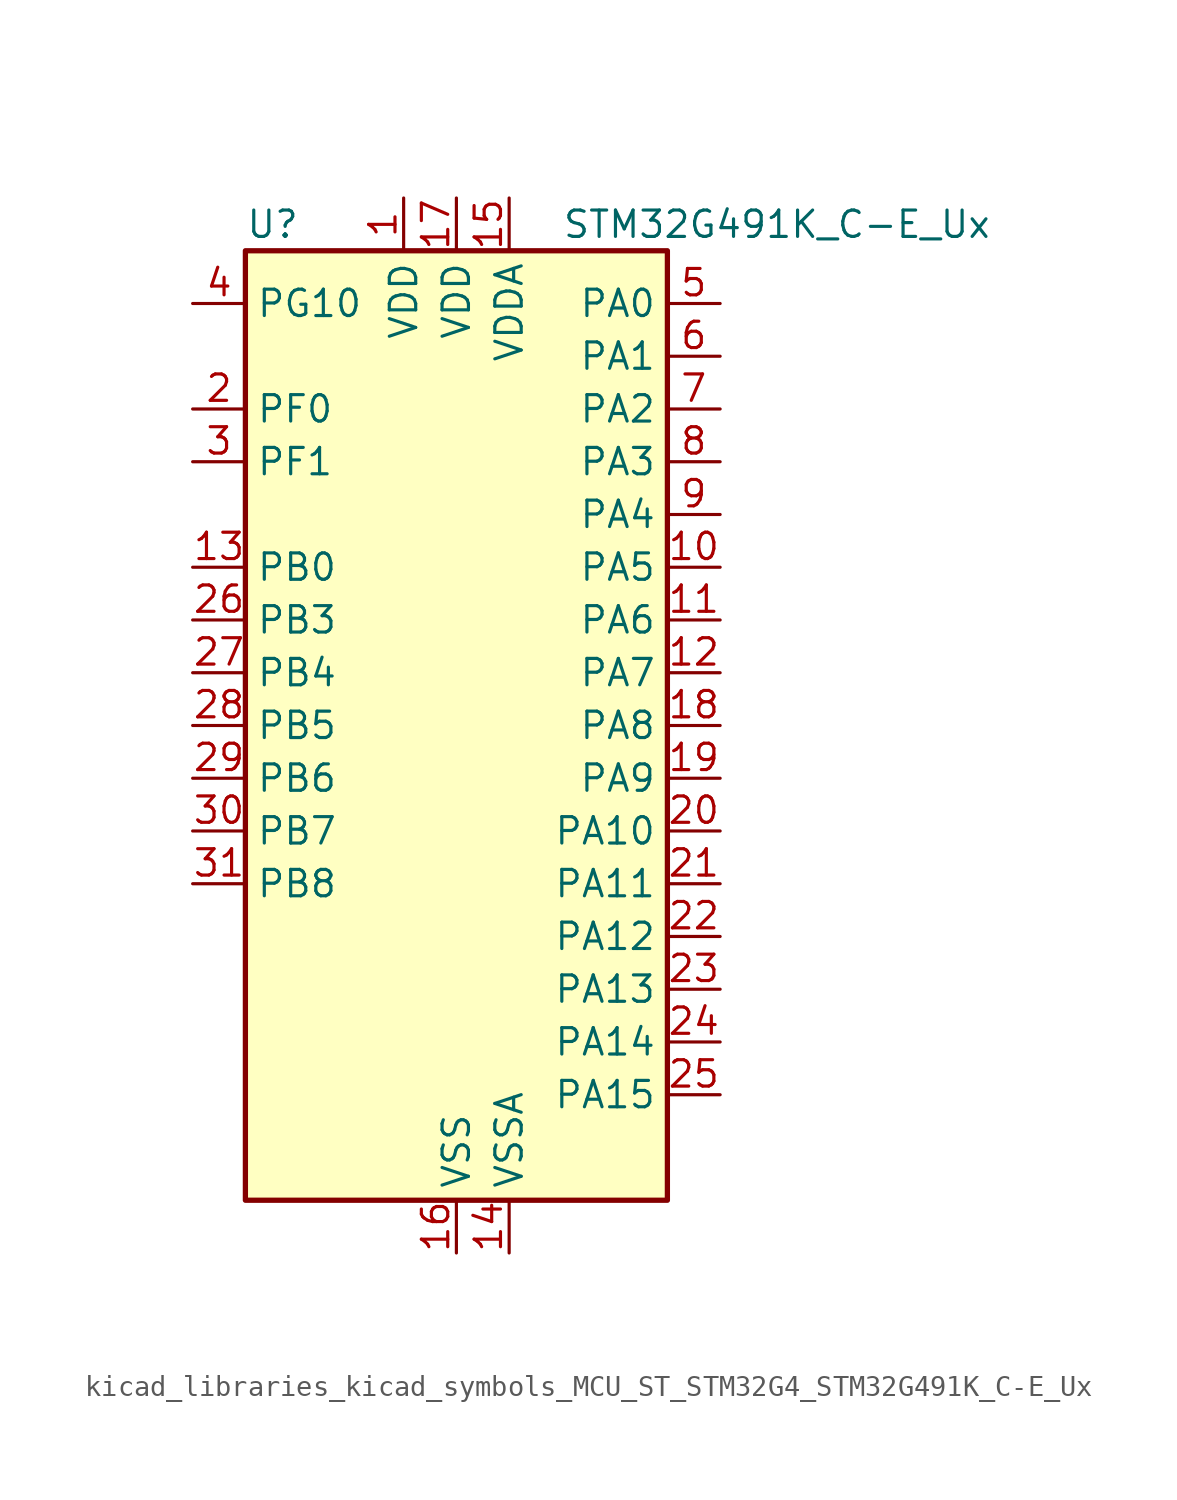
<source format=kicad_sym>
(kicad_symbol_lib
  (version 20220914)
  (generator kicad_symbol_editor)
  (symbol "kicad_libraries_kicad_symbols_MCU_ST_STM32G4_STM32G491K_C-E_Ux"
    (property "Reference" "U"
      (at -10.16 24.13 0)
      (effects (font (size 1.27 1.27)) (justify left)))
    (property "Value" "STM32G491K_C-E_Ux"
      (at 5.08 24.13 0)
      (effects (font (size 1.27 1.27)) (justify left)))
    (property "ki_locked" ""
      (at 0 0 0)
      (effects (font (size 1.27 1.27))))
    (symbol "kicad_libraries_kicad_symbols_MCU_ST_STM32G4_STM32G491K_C-E_Ux_0_1"
      (rectangle (start -10.16 -22.86) (end 10.16 22.86) (stroke (width 0.254) (type default)) (fill (type background))))
    (symbol "kicad_libraries_kicad_symbols_MCU_ST_STM32G4_STM32G491K_C-E_Ux_1_1"
      (pin power_in line (at -2.54 25.4 270) (length 2.54) (name "VDD" (effects (font (size 1.27 1.27)))) (number "1" (effects (font (size 1.27 1.27)))))
      (pin bidirectional line (at 12.7 7.62 180) (length 2.54) (name "PA5" (effects (font (size 1.27 1.27)))) (number "10" (effects (font (size 1.27 1.27)))) (alternate "ADC2_IN13" bidirectional line) (alternate "COMP2_INM" bidirectional line) (alternate "DAC1_OUT2" bidirectional line) (alternate "OPAMP2_VINM" bidirectional line) (alternate "OPAMP2_VINM0" bidirectional line) (alternate "OPAMP2_VINM_SEC" bidirectional line) (alternate "SPI1_SCK" bidirectional line) (alternate "TIM2_CH1" bidirectional line) (alternate "TIM2_ETR" bidirectional line) (alternate "UCPD1_FRSTX1" bidirectional line) (alternate "UCPD1_FRSTX2" bidirectional line))
      (pin bidirectional line (at 12.7 5.08 180) (length 2.54) (name "PA6" (effects (font (size 1.27 1.27)))) (number "11" (effects (font (size 1.27 1.27)))) (alternate "ADC2_IN3" bidirectional line) (alternate "COMP1_OUT" bidirectional line) (alternate "LPUART1_CTS" bidirectional line) (alternate "OPAMP2_VOUT" bidirectional line) (alternate "QUADSPI1_BK1_IO3" bidirectional line) (alternate "SPI1_MISO" bidirectional line) (alternate "TIM16_CH1" bidirectional line) (alternate "TIM1_BKIN" bidirectional line) (alternate "TIM3_CH1" bidirectional line) (alternate "TIM8_BKIN" bidirectional line))
      (pin bidirectional line (at 12.7 2.54 180) (length 2.54) (name "PA7" (effects (font (size 1.27 1.27)))) (number "12" (effects (font (size 1.27 1.27)))) (alternate "ADC2_IN4" bidirectional line) (alternate "COMP2_INP" bidirectional line) (alternate "COMP2_OUT" bidirectional line) (alternate "OPAMP1_VINP" bidirectional line) (alternate "OPAMP1_VINP_SEC" bidirectional line) (alternate "OPAMP2_VINP" bidirectional line) (alternate "OPAMP2_VINP_SEC" bidirectional line) (alternate "QUADSPI1_BK1_IO2" bidirectional line) (alternate "SPI1_MOSI" bidirectional line) (alternate "TIM17_CH1" bidirectional line) (alternate "TIM1_CH1N" bidirectional line) (alternate "TIM3_CH2" bidirectional line) (alternate "TIM8_CH1N" bidirectional line) (alternate "UCPD1_FRSTX1" bidirectional line) (alternate "UCPD1_FRSTX2" bidirectional line))
      (pin bidirectional line (at -12.7 7.62 0) (length 2.54) (name "PB0" (effects (font (size 1.27 1.27)))) (number "13" (effects (font (size 1.27 1.27)))) (alternate "ADC1_IN15" bidirectional line) (alternate "ADC3_IN12" bidirectional line) (alternate "COMP4_INP" bidirectional line) (alternate "OPAMP2_VINP" bidirectional line) (alternate "OPAMP2_VINP_SEC" bidirectional line) (alternate "OPAMP3_VINP" bidirectional line) (alternate "OPAMP3_VINP_SEC" bidirectional line) (alternate "QUADSPI1_BK1_IO1" bidirectional line) (alternate "TIM1_CH2N" bidirectional line) (alternate "TIM3_CH3" bidirectional line) (alternate "TIM8_CH2N" bidirectional line) (alternate "UCPD1_FRSTX1" bidirectional line) (alternate "UCPD1_FRSTX2" bidirectional line))
      (pin power_in line (at 2.54 -25.4 90) (length 2.54) (name "VSSA" (effects (font (size 1.27 1.27)))) (number "14" (effects (font (size 1.27 1.27)))))
      (pin power_in line (at 2.54 25.4 270) (length 2.54) (name "VDDA" (effects (font (size 1.27 1.27)))) (number "15" (effects (font (size 1.27 1.27)))))
      (pin power_in line (at 0 -25.4 90) (length 2.54) (name "VSS" (effects (font (size 1.27 1.27)))) (number "16" (effects (font (size 1.27 1.27)))))
      (pin power_in line (at 0 25.4 270) (length 2.54) (name "VDD" (effects (font (size 1.27 1.27)))) (number "17" (effects (font (size 1.27 1.27)))))
      (pin bidirectional line (at 12.7 0 180) (length 2.54) (name "PA8" (effects (font (size 1.27 1.27)))) (number "18" (effects (font (size 1.27 1.27)))) (alternate "I2C2_SDA" bidirectional line) (alternate "I2C3_SCL" bidirectional line) (alternate "I2S2_MCK" bidirectional line) (alternate "RCC_MCO" bidirectional line) (alternate "SAI1_CK2" bidirectional line) (alternate "SAI1_SCK_A" bidirectional line) (alternate "TIM1_CH1" bidirectional line) (alternate "TIM4_ETR" bidirectional line) (alternate "USART1_CK" bidirectional line))
      (pin bidirectional line (at 12.7 -2.54 180) (length 2.54) (name "PA9" (effects (font (size 1.27 1.27)))) (number "19" (effects (font (size 1.27 1.27)))) (alternate "DAC1_EXTI9" bidirectional line) (alternate "DAC3_EXTI9" bidirectional line) (alternate "I2C2_SCL" bidirectional line) (alternate "I2C3_SMBA" bidirectional line) (alternate "I2S3_MCK" bidirectional line) (alternate "SAI1_FS_A" bidirectional line) (alternate "TIM15_BKIN" bidirectional line) (alternate "TIM1_CH2" bidirectional line) (alternate "TIM2_CH3" bidirectional line) (alternate "UCPD1_DBCC1" bidirectional line) (alternate "USART1_TX" bidirectional line))
      (pin bidirectional line (at -12.7 15.24 0) (length 2.54) (name "PF0" (effects (font (size 1.27 1.27)))) (number "2" (effects (font (size 1.27 1.27)))) (alternate "ADC1_IN10" bidirectional line) (alternate "I2C2_SDA" bidirectional line) (alternate "I2S2_WS" bidirectional line) (alternate "RCC_OSC_IN" bidirectional line) (alternate "SPI2_NSS" bidirectional line) (alternate "TIM1_CH3N" bidirectional line))
      (pin bidirectional line (at 12.7 -5.08 180) (length 2.54) (name "PA10" (effects (font (size 1.27 1.27)))) (number "20" (effects (font (size 1.27 1.27)))) (alternate "CRS_SYNC" bidirectional line) (alternate "DAC1_EXTI10" bidirectional line) (alternate "DAC3_EXTI10" bidirectional line) (alternate "I2C2_SMBA" bidirectional line) (alternate "SAI1_D1" bidirectional line) (alternate "SAI1_SD_A" bidirectional line) (alternate "SPI2_MISO" bidirectional line) (alternate "TIM17_BKIN" bidirectional line) (alternate "TIM1_CH3" bidirectional line) (alternate "TIM2_CH4" bidirectional line) (alternate "TIM8_BKIN" bidirectional line) (alternate "UCPD1_DBCC2" bidirectional line) (alternate "USART1_RX" bidirectional line))
      (pin bidirectional line (at 12.7 -7.62 180) (length 2.54) (name "PA11" (effects (font (size 1.27 1.27)))) (number "21" (effects (font (size 1.27 1.27)))) (alternate "ADC1_EXTI11" bidirectional line) (alternate "ADC2_EXTI11" bidirectional line) (alternate "COMP1_OUT" bidirectional line) (alternate "FDCAN1_RX" bidirectional line) (alternate "I2S2_SD" bidirectional line) (alternate "SPI2_MOSI" bidirectional line) (alternate "TIM1_BKIN2" bidirectional line) (alternate "TIM1_CH1N" bidirectional line) (alternate "TIM1_CH4" bidirectional line) (alternate "TIM4_CH1" bidirectional line) (alternate "USART1_CTS" bidirectional line) (alternate "USART1_NSS" bidirectional line) (alternate "USB_DM" bidirectional line))
      (pin bidirectional line (at 12.7 -10.16 180) (length 2.54) (name "PA12" (effects (font (size 1.27 1.27)))) (number "22" (effects (font (size 1.27 1.27)))) (alternate "COMP2_OUT" bidirectional line) (alternate "FDCAN1_TX" bidirectional line) (alternate "I2S_CKIN" bidirectional line) (alternate "TIM16_CH1" bidirectional line) (alternate "TIM1_CH2N" bidirectional line) (alternate "TIM1_ETR" bidirectional line) (alternate "TIM4_CH2" bidirectional line) (alternate "USART1_DE" bidirectional line) (alternate "USART1_RTS" bidirectional line) (alternate "USB_DP" bidirectional line))
      (pin bidirectional line (at 12.7 -12.7 180) (length 2.54) (name "PA13" (effects (font (size 1.27 1.27)))) (number "23" (effects (font (size 1.27 1.27)))) (alternate "I2C1_SCL" bidirectional line) (alternate "IR_OUT" bidirectional line) (alternate "SAI1_SD_B" bidirectional line) (alternate "SYS_JTMS-SWDIO" bidirectional line) (alternate "TIM16_CH1N" bidirectional line) (alternate "TIM4_CH3" bidirectional line))
      (pin bidirectional line (at 12.7 -15.24 180) (length 2.54) (name "PA14" (effects (font (size 1.27 1.27)))) (number "24" (effects (font (size 1.27 1.27)))) (alternate "I2C1_SDA" bidirectional line) (alternate "LPTIM1_OUT" bidirectional line) (alternate "SAI1_FS_B" bidirectional line) (alternate "SYS_JTCK-SWCLK" bidirectional line) (alternate "TIM1_BKIN" bidirectional line) (alternate "TIM8_CH2" bidirectional line) (alternate "USART2_TX" bidirectional line))
      (pin bidirectional line (at 12.7 -17.78 180) (length 2.54) (name "PA15" (effects (font (size 1.27 1.27)))) (number "25" (effects (font (size 1.27 1.27)))) (alternate "ADC1_EXTI15" bidirectional line) (alternate "ADC2_EXTI15" bidirectional line) (alternate "I2C1_SCL" bidirectional line) (alternate "I2S3_WS" bidirectional line) (alternate "SPI1_NSS" bidirectional line) (alternate "SPI3_NSS" bidirectional line) (alternate "SYS_JTDI" bidirectional line) (alternate "TIM1_BKIN" bidirectional line) (alternate "TIM20_ETR" bidirectional line) (alternate "TIM2_CH1" bidirectional line) (alternate "TIM2_ETR" bidirectional line) (alternate "TIM8_CH1" bidirectional line) (alternate "USART2_RX" bidirectional line))
      (pin bidirectional line (at -12.7 5.08 0) (length 2.54) (name "PB3" (effects (font (size 1.27 1.27)))) (number "26" (effects (font (size 1.27 1.27)))) (alternate "ADC3_EXTI3" bidirectional line) (alternate "CRS_SYNC" bidirectional line) (alternate "I2S3_CK" bidirectional line) (alternate "SAI1_SCK_B" bidirectional line) (alternate "SPI1_SCK" bidirectional line) (alternate "SPI3_SCK" bidirectional line) (alternate "SYS_JTDO-SWO" bidirectional line) (alternate "TIM2_CH2" bidirectional line) (alternate "TIM3_ETR" bidirectional line) (alternate "TIM4_ETR" bidirectional line) (alternate "TIM8_CH1N" bidirectional line) (alternate "USART2_TX" bidirectional line))
      (pin bidirectional line (at -12.7 2.54 0) (length 2.54) (name "PB4" (effects (font (size 1.27 1.27)))) (number "27" (effects (font (size 1.27 1.27)))) (alternate "SAI1_MCLK_B" bidirectional line) (alternate "SPI1_MISO" bidirectional line) (alternate "SPI3_MISO" bidirectional line) (alternate "SYS_JTRST" bidirectional line) (alternate "TIM16_CH1" bidirectional line) (alternate "TIM17_BKIN" bidirectional line) (alternate "TIM3_CH1" bidirectional line) (alternate "TIM8_CH2N" bidirectional line) (alternate "UCPD1_CC2" bidirectional line) (alternate "USART2_RX" bidirectional line))
      (pin bidirectional line (at -12.7 0 0) (length 2.54) (name "PB5" (effects (font (size 1.27 1.27)))) (number "28" (effects (font (size 1.27 1.27)))) (alternate "FDCAN2_RX" bidirectional line) (alternate "I2C1_SMBA" bidirectional line) (alternate "I2C3_SDA" bidirectional line) (alternate "I2S3_SD" bidirectional line) (alternate "LPTIM1_IN1" bidirectional line) (alternate "SAI1_SD_B" bidirectional line) (alternate "SPI1_MOSI" bidirectional line) (alternate "SPI3_MOSI" bidirectional line) (alternate "TIM16_BKIN" bidirectional line) (alternate "TIM17_CH1" bidirectional line) (alternate "TIM3_CH2" bidirectional line) (alternate "TIM8_CH3N" bidirectional line) (alternate "USART2_CK" bidirectional line))
      (pin bidirectional line (at -12.7 -2.54 0) (length 2.54) (name "PB6" (effects (font (size 1.27 1.27)))) (number "29" (effects (font (size 1.27 1.27)))) (alternate "COMP4_OUT" bidirectional line) (alternate "FDCAN2_TX" bidirectional line) (alternate "LPTIM1_ETR" bidirectional line) (alternate "SAI1_FS_B" bidirectional line) (alternate "TIM16_CH1N" bidirectional line) (alternate "TIM4_CH1" bidirectional line) (alternate "TIM8_BKIN2" bidirectional line) (alternate "TIM8_CH1" bidirectional line) (alternate "TIM8_ETR" bidirectional line) (alternate "UCPD1_CC1" bidirectional line) (alternate "USART1_TX" bidirectional line))
      (pin bidirectional line (at -12.7 12.7 0) (length 2.54) (name "PF1" (effects (font (size 1.27 1.27)))) (number "3" (effects (font (size 1.27 1.27)))) (alternate "ADC2_IN10" bidirectional line) (alternate "COMP3_INM" bidirectional line) (alternate "I2S2_CK" bidirectional line) (alternate "RCC_OSC_OUT" bidirectional line) (alternate "SPI2_SCK" bidirectional line))
      (pin bidirectional line (at -12.7 -5.08 0) (length 2.54) (name "PB7" (effects (font (size 1.27 1.27)))) (number "30" (effects (font (size 1.27 1.27)))) (alternate "COMP3_OUT" bidirectional line) (alternate "I2C1_SDA" bidirectional line) (alternate "LPTIM1_IN2" bidirectional line) (alternate "SYS_PVD_IN" bidirectional line) (alternate "TIM17_CH1N" bidirectional line) (alternate "TIM3_CH4" bidirectional line) (alternate "TIM4_CH2" bidirectional line) (alternate "TIM8_BKIN" bidirectional line) (alternate "USART1_RX" bidirectional line))
      (pin bidirectional line (at -12.7 -7.62 0) (length 2.54) (name "PB8" (effects (font (size 1.27 1.27)))) (number "31" (effects (font (size 1.27 1.27)))) (alternate "COMP1_OUT" bidirectional line) (alternate "FDCAN1_RX" bidirectional line) (alternate "I2C1_SCL" bidirectional line) (alternate "SAI1_CK1" bidirectional line) (alternate "SAI1_MCLK_A" bidirectional line) (alternate "TIM16_CH1" bidirectional line) (alternate "TIM1_BKIN" bidirectional line) (alternate "TIM4_CH3" bidirectional line) (alternate "TIM8_CH2" bidirectional line))
      (pin passive line (at 0 -25.4 90) (length 2.54) hide (name "VSS" (effects (font (size 1.27 1.27)))) (number "32" (effects (font (size 1.27 1.27)))))
      (pin passive line (at 0 -25.4 90) (length 2.54) hide (name "VSS" (effects (font (size 1.27 1.27)))) (number "33" (effects (font (size 1.27 1.27)))))
      (pin bidirectional line (at -12.7 20.32 0) (length 2.54) (name "PG10" (effects (font (size 1.27 1.27)))) (number "4" (effects (font (size 1.27 1.27)))) (alternate "DAC1_EXTI10" bidirectional line) (alternate "DAC3_EXTI10" bidirectional line) (alternate "RCC_MCO" bidirectional line))
      (pin bidirectional line (at 12.7 20.32 180) (length 2.54) (name "PA0" (effects (font (size 1.27 1.27)))) (number "5" (effects (font (size 1.27 1.27)))) (alternate "ADC1_IN1" bidirectional line) (alternate "ADC2_IN1" bidirectional line) (alternate "COMP1_INM" bidirectional line) (alternate "COMP1_OUT" bidirectional line) (alternate "COMP3_INP" bidirectional line) (alternate "RTC_TAMP2" bidirectional line) (alternate "SYS_WKUP1" bidirectional line) (alternate "TIM2_CH1" bidirectional line) (alternate "TIM2_ETR" bidirectional line) (alternate "TIM8_BKIN" bidirectional line) (alternate "TIM8_ETR" bidirectional line) (alternate "USART2_CTS" bidirectional line) (alternate "USART2_NSS" bidirectional line))
      (pin bidirectional line (at 12.7 17.78 180) (length 2.54) (name "PA1" (effects (font (size 1.27 1.27)))) (number "6" (effects (font (size 1.27 1.27)))) (alternate "ADC1_IN2" bidirectional line) (alternate "ADC2_IN2" bidirectional line) (alternate "COMP1_INP" bidirectional line) (alternate "OPAMP1_VINP" bidirectional line) (alternate "OPAMP1_VINP_SEC" bidirectional line) (alternate "OPAMP3_VINP" bidirectional line) (alternate "OPAMP3_VINP_SEC" bidirectional line) (alternate "OPAMP6_VINM" bidirectional line) (alternate "OPAMP6_VINM0" bidirectional line) (alternate "OPAMP6_VINM_SEC" bidirectional line) (alternate "RTC_REFIN" bidirectional line) (alternate "TIM15_CH1N" bidirectional line) (alternate "TIM2_CH2" bidirectional line) (alternate "USART2_DE" bidirectional line) (alternate "USART2_RTS" bidirectional line))
      (pin bidirectional line (at 12.7 15.24 180) (length 2.54) (name "PA2" (effects (font (size 1.27 1.27)))) (number "7" (effects (font (size 1.27 1.27)))) (alternate "ADC1_IN3" bidirectional line) (alternate "ADC3_EXTI2" bidirectional line) (alternate "COMP2_INM" bidirectional line) (alternate "COMP2_OUT" bidirectional line) (alternate "LPUART1_TX" bidirectional line) (alternate "OPAMP1_VOUT" bidirectional line) (alternate "QUADSPI1_BK1_NCS" bidirectional line) (alternate "RCC_LSCO" bidirectional line) (alternate "SYS_WKUP4" bidirectional line) (alternate "TIM15_CH1" bidirectional line) (alternate "TIM2_CH3" bidirectional line) (alternate "UCPD1_FRSTX1" bidirectional line) (alternate "UCPD1_FRSTX2" bidirectional line) (alternate "USART2_TX" bidirectional line))
      (pin bidirectional line (at 12.7 12.7 180) (length 2.54) (name "PA3" (effects (font (size 1.27 1.27)))) (number "8" (effects (font (size 1.27 1.27)))) (alternate "ADC1_IN4" bidirectional line) (alternate "ADC3_EXTI3" bidirectional line) (alternate "COMP2_INP" bidirectional line) (alternate "LPUART1_RX" bidirectional line) (alternate "OPAMP1_VINM" bidirectional line) (alternate "OPAMP1_VINM0" bidirectional line) (alternate "OPAMP1_VINM_SEC" bidirectional line) (alternate "OPAMP1_VINP" bidirectional line) (alternate "OPAMP1_VINP_SEC" bidirectional line) (alternate "QUADSPI1_CLK" bidirectional line) (alternate "SAI1_CK1" bidirectional line) (alternate "SAI1_MCLK_A" bidirectional line) (alternate "TIM15_CH2" bidirectional line) (alternate "TIM2_CH4" bidirectional line) (alternate "USART2_RX" bidirectional line))
      (pin bidirectional line (at 12.7 10.16 180) (length 2.54) (name "PA4" (effects (font (size 1.27 1.27)))) (number "9" (effects (font (size 1.27 1.27)))) (alternate "ADC2_IN17" bidirectional line) (alternate "COMP1_INM" bidirectional line) (alternate "DAC1_OUT1" bidirectional line) (alternate "I2S3_WS" bidirectional line) (alternate "SAI1_FS_B" bidirectional line) (alternate "SPI1_NSS" bidirectional line) (alternate "SPI3_NSS" bidirectional line) (alternate "TIM3_CH2" bidirectional line) (alternate "USART2_CK" bidirectional line)))))
</source>
